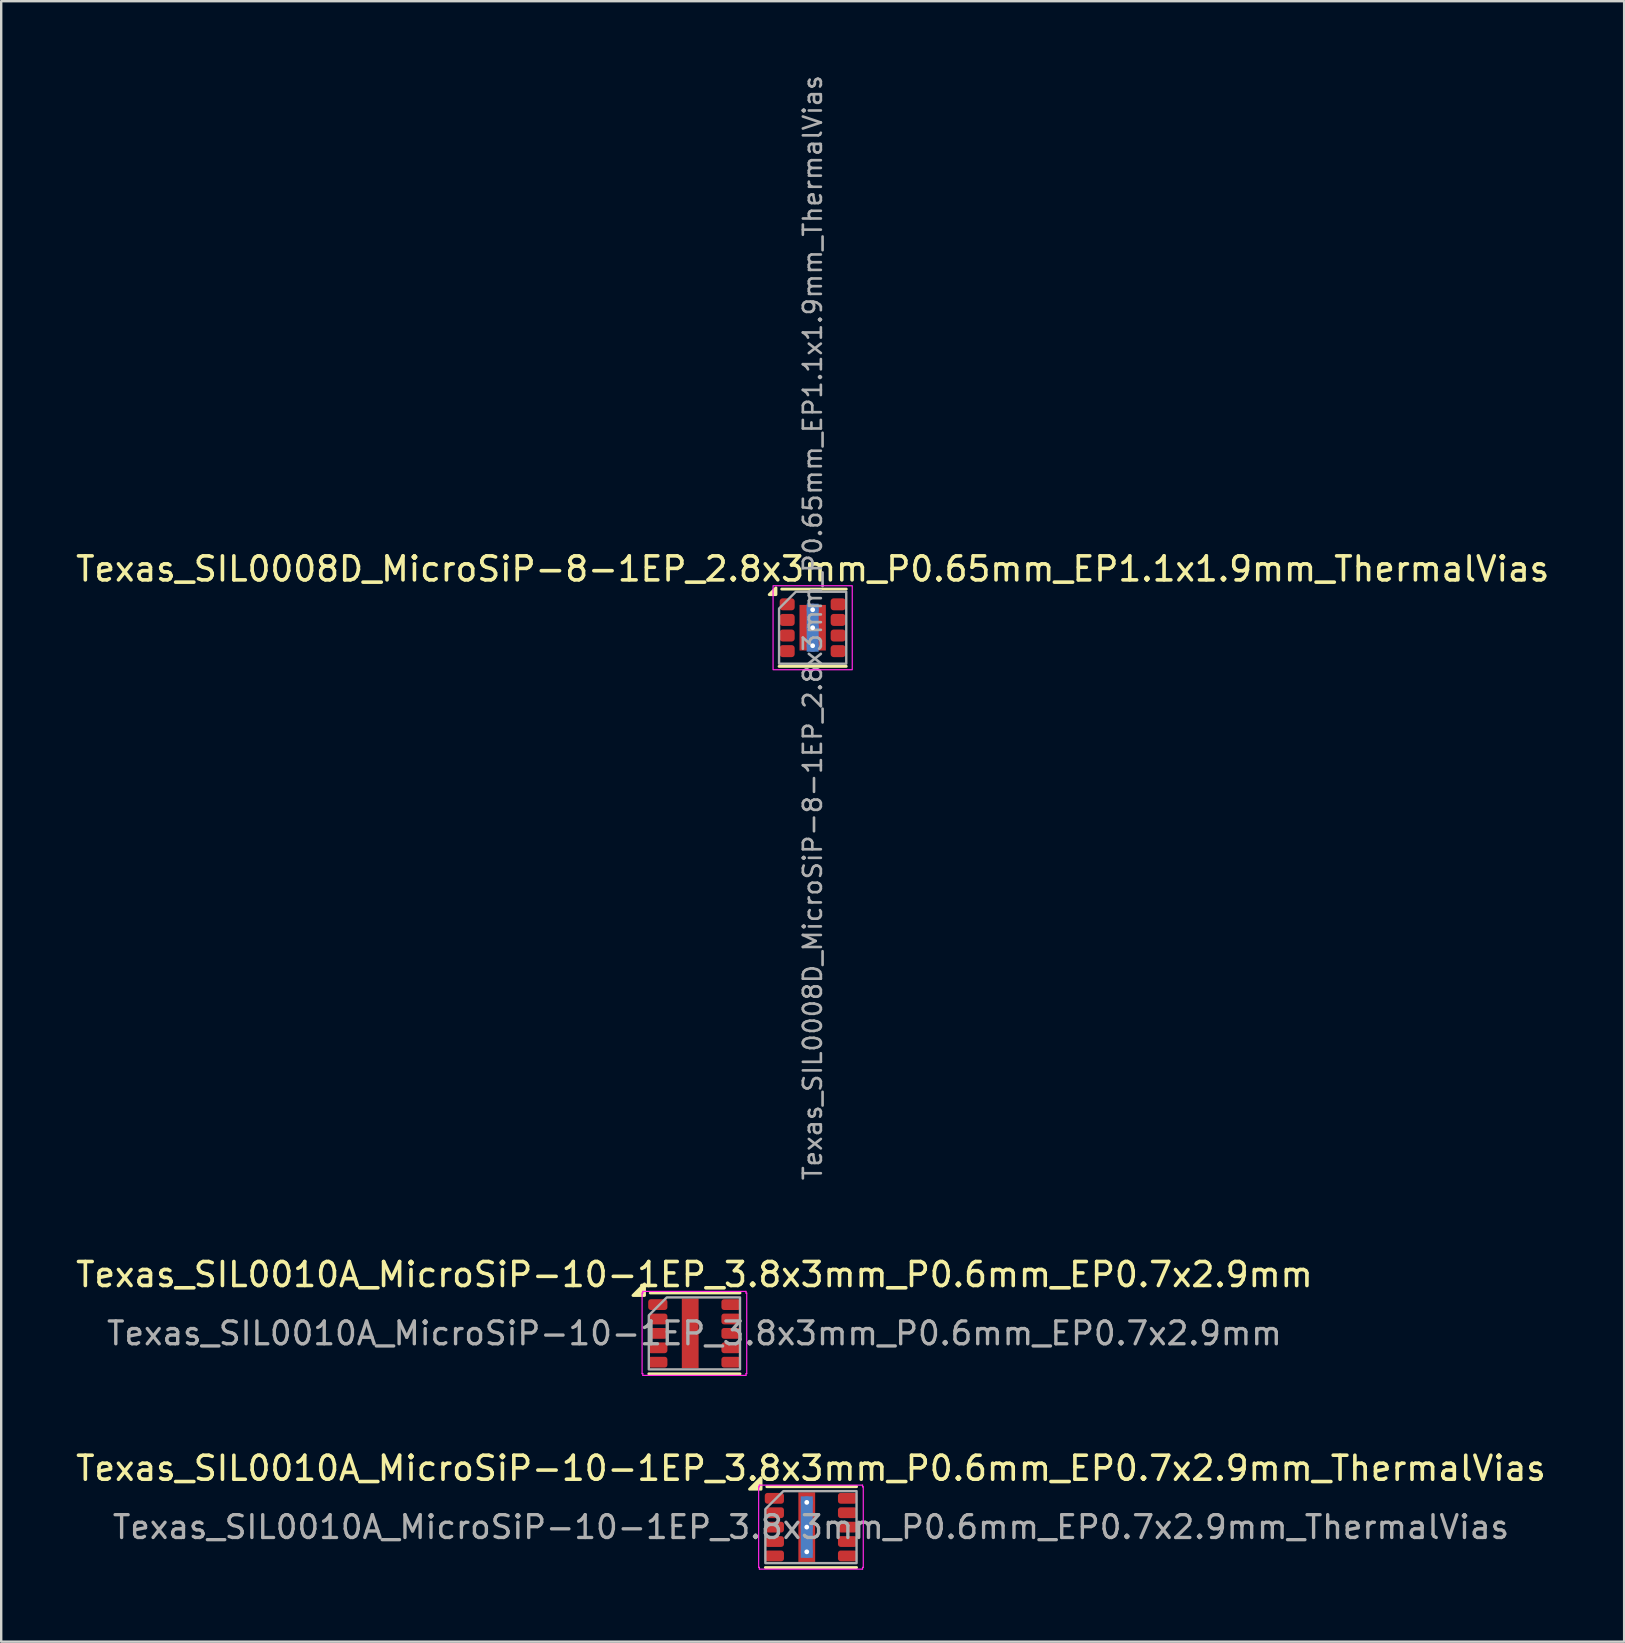
<source format=kicad_pcb>
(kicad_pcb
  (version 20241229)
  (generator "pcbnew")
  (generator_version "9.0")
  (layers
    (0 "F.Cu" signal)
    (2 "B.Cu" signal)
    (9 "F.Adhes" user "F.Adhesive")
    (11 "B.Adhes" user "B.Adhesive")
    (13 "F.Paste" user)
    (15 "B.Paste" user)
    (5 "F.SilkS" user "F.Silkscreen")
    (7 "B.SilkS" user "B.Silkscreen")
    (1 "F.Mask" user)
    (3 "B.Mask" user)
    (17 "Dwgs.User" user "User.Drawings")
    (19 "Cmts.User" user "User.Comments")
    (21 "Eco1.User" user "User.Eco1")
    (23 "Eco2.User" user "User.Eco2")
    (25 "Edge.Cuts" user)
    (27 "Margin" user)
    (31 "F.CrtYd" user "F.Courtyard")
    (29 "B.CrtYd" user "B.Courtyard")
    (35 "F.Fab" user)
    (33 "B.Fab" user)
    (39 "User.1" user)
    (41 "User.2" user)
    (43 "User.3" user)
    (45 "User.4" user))
  (footprint "Texas_SIL0008D_MicroSiP-8-1EP_2.8x3mm_P0.65mm_EP1.1x1.9mm_ThermalVias"
    (layer "F.Cu")
    (at 30.815 23.108)
    (property "Reference" "Texas_SIL0008D_MicroSiP-8-1EP_2.8x3mm_P0.65mm_EP1.1x1.9mm_ThermalVias" (at 0 -2.45 0) (layer "F.SilkS") (effects (font (size 1 1) (thickness 0.15))))
    (attr smd)
    (fp_line (start -1.4 1.61) (end 1.4 1.61) (stroke (width 0.12) (type solid)) (layer "F.SilkS"))
    (fp_line (start -1.29 -1.61) (end 1.4 -1.61) (stroke (width 0.12) (type solid)) (layer "F.SilkS"))
    (fp_poly (pts (xy -1.53 -1.38) (xy -1.81 -1.38) (xy -1.53 -1.66)) (stroke (width 0.12) (type solid)) (fill yes) (layer "F.SilkS"))
    (fp_rect (start 1.65 1.75) (end -1.65 -1.75) (stroke (width 0.05) (type solid)) (fill no) (layer "F.CrtYd"))
    (fp_poly (pts (xy -1.4 -0.8) (xy -1.4 1.5) (xy 1.4 1.5) (xy 1.4 -1.5) (xy -0.7 -1.5)) (stroke (width 0.1) (type solid)) (fill no) (layer "F.Fab"))
    (fp_text user "${REFERENCE}" (at 0 0 90) (layer "F.Fab") (effects (font (size 0.75 0.75) (thickness 0.11))))
    (pad "" smd roundrect (at 0 -0.63) (size 0.95 0.55) (layers "F.Paste") (roundrect_rratio 0.25))
    (pad "" smd roundrect (at 0 0) (size 0.95 0.55) (layers "F.Paste") (roundrect_rratio 0.25))
    (pad "" smd roundrect (at 0 0.63) (size 0.95 0.55) (layers "F.Paste") (roundrect_rratio 0.25))
    (pad "1" smd roundrect (at -1.062 -0.975) (size 0.625 0.5) (layers "F.Cu" "F.Mask" "F.Paste") (roundrect_rratio 0.25))
    (pad "2" smd roundrect (at -1.062 -0.325) (size 0.625 0.5) (layers "F.Cu" "F.Mask" "F.Paste") (roundrect_rratio 0.25))
    (pad "3" smd roundrect (at -1.062 0.325) (size 0.625 0.5) (layers "F.Cu" "F.Mask" "F.Paste") (roundrect_rratio 0.25))
    (pad "4" smd roundrect (at -1.062 0.975) (size 0.625 0.5) (layers "F.Cu" "F.Mask" "F.Paste") (roundrect_rratio 0.25))
    (pad "5" smd roundrect (at 1.062 0.975) (size 0.625 0.5) (layers "F.Cu" "F.Mask" "F.Paste") (roundrect_rratio 0.25))
    (pad "6" smd roundrect (at 1.062 0.325) (size 0.625 0.5) (layers "F.Cu" "F.Mask" "F.Paste") (roundrect_rratio 0.25))
    (pad "7" smd roundrect (at 1.062 -0.325) (size 0.625 0.5) (layers "F.Cu" "F.Mask" "F.Paste") (roundrect_rratio 0.25))
    (pad "8" smd roundrect (at 1.062 -0.975) (size 0.625 0.5) (layers "F.Cu" "F.Mask" "F.Paste") (roundrect_rratio 0.25))
    (pad "9" thru_hole circle (at 0 -0.75) (size 0.5 0.5) (drill 0.2) (property pad_prop_heatsink) (layers "*.Cu"))
    (pad "9" thru_hole circle (at 0 0) (size 0.5 0.5) (drill 0.2) (property pad_prop_heatsink) (layers "*.Cu"))
    (pad "9" smd rect (at 0 0) (size 0.5 2) (property pad_prop_heatsink) (layers "B.Cu"))
    (pad "9" smd rect (at 0 0) (size 1.1 1.9) (property pad_prop_heatsink) (layers "F.Cu" "F.Mask"))
    (pad "9" thru_hole circle (at 0 0.75) (size 0.5 0.5) (drill 0.2) (property pad_prop_heatsink) (layers "*.Cu")))
  (footprint "Texas_SIL0010A_MicroSiP-10-1EP_3.8x3mm_P0.6mm_EP0.7x2.9mm_ThermalVias"
    (layer "F.Cu")
    (at 30.744 60.587)
    (property "Reference" "Texas_SIL0010A_MicroSiP-10-1EP_3.8x3mm_P0.6mm_EP0.7x2.9mm_ThermalVias" (at 0 -2.45 0) (layer "F.SilkS") (effects (font (size 1 1) (thickness 0.15))))
    (attr smd)
    (fp_line (start -1.9 1.685) (end 1.9 1.685) (stroke (width 0.12) (type solid)) (layer "F.SilkS"))
    (fp_line (start -1.84 -1.685) (end 1.9 -1.685) (stroke (width 0.12) (type solid)) (layer "F.SilkS"))
    (fp_poly (pts (xy -2.08 -1.58) (xy -2.56 -1.58) (xy -2.08 -2.06)) (stroke (width 0.12) (type solid)) (fill yes) (layer "F.SilkS"))
    (fp_line (start -2.18 -1.68) (end -2.15 -1.68) (stroke (width 0.05) (type solid)) (layer "F.CrtYd"))
    (fp_line (start -2.18 1.68) (end -2.18 -1.68) (stroke (width 0.05) (type solid)) (layer "F.CrtYd"))
    (fp_line (start -2.15 -1.75) (end 2.15 -1.75) (stroke (width 0.05) (type solid)) (layer "F.CrtYd"))
    (fp_line (start -2.15 -1.68) (end -2.15 -1.75) (stroke (width 0.05) (type solid)) (layer "F.CrtYd"))
    (fp_line (start -2.15 1.68) (end -2.18 1.68) (stroke (width 0.05) (type solid)) (layer "F.CrtYd"))
    (fp_line (start -2.15 1.75) (end -2.15 1.68) (stroke (width 0.05) (type solid)) (layer "F.CrtYd"))
    (fp_line (start 2.15 -1.75) (end 2.15 -1.68) (stroke (width 0.05) (type solid)) (layer "F.CrtYd"))
    (fp_line (start 2.15 -1.68) (end 2.18 -1.68) (stroke (width 0.05) (type solid)) (layer "F.CrtYd"))
    (fp_line (start 2.15 1.68) (end 2.15 1.75) (stroke (width 0.05) (type solid)) (layer "F.CrtYd"))
    (fp_line (start 2.15 1.75) (end -2.15 1.75) (stroke (width 0.05) (type solid)) (layer "F.CrtYd"))
    (fp_line (start 2.18 -1.68) (end 2.18 1.68) (stroke (width 0.05) (type solid)) (layer "F.CrtYd"))
    (fp_line (start 2.18 1.68) (end 2.15 1.68) (stroke (width 0.05) (type solid)) (layer "F.CrtYd"))
    (fp_poly (pts (xy -1.9 -0.75) (xy -1.9 1.5) (xy 1.9 1.5) (xy 1.9 -1.5) (xy -1.15 -1.5)) (stroke (width 0.1) (type solid)) (fill no) (layer "F.Fab"))
    (fp_text user "${REFERENCE}" (at 0 0 0) (layer "F.Fab") (effects (font (size 0.95 0.95) (thickness 0.14))))
    (pad "" smd roundrect (at -0.175 -0.97) (size 0.65 0.9) (layers "F.Paste") (roundrect_rratio 0.25))
    (pad "" smd roundrect (at -0.175 0) (size 0.65 0.9) (layers "F.Paste") (roundrect_rratio 0.25))
    (pad "" smd roundrect (at -0.175 0.97) (size 0.65 0.9) (layers "F.Paste") (roundrect_rratio 0.25))
    (pad "1" smd roundrect (at -1.525 -1.2) (size 0.8 0.45) (layers "F.Cu" "F.Mask" "F.Paste") (roundrect_rratio 0.25))
    (pad "2" smd roundrect (at -1.525 -0.6) (size 0.8 0.45) (layers "F.Cu" "F.Mask" "F.Paste") (roundrect_rratio 0.25))
    (pad "3" smd roundrect (at -1.525 0) (size 0.8 0.45) (layers "F.Cu" "F.Mask" "F.Paste") (roundrect_rratio 0.25))
    (pad "4" smd roundrect (at -1.525 0.6) (size 0.8 0.45) (layers "F.Cu" "F.Mask" "F.Paste") (roundrect_rratio 0.25))
    (pad "5" smd roundrect (at -1.525 1.2) (size 0.8 0.45) (layers "F.Cu" "F.Mask" "F.Paste") (roundrect_rratio 0.25))
    (pad "6" smd roundrect (at 1.525 1.2) (size 0.8 0.45) (layers "F.Cu" "F.Mask" "F.Paste") (roundrect_rratio 0.25))
    (pad "7" smd roundrect (at 1.525 0.6) (size 0.8 0.45) (layers "F.Cu" "F.Mask" "F.Paste") (roundrect_rratio 0.25))
    (pad "8" smd roundrect (at 1.525 0) (size 0.8 0.45) (layers "F.Cu" "F.Mask" "F.Paste") (roundrect_rratio 0.25))
    (pad "9" smd roundrect (at 1.525 -0.6) (size 0.8 0.45) (layers "F.Cu" "F.Mask" "F.Paste") (roundrect_rratio 0.25))
    (pad "10" smd roundrect (at 1.525 -1.2) (size 0.8 0.45) (layers "F.Cu" "F.Mask" "F.Paste") (roundrect_rratio 0.25))
    (pad "11" thru_hole circle (at -0.175 -1.03) (size 0.5 0.5) (drill 0.2) (property pad_prop_heatsink) (layers "*.Cu"))
    (pad "11" thru_hole circle (at -0.175 0) (size 0.5 0.5) (drill 0.2) (property pad_prop_heatsink) (layers "*.Cu"))
    (pad "11" smd rect (at -0.175 0) (size 0.5 2.56) (property pad_prop_heatsink) (layers "B.Cu"))
    (pad "11" smd rect (at -0.175 0) (size 0.7 2.9) (property pad_prop_heatsink) (layers "F.Cu" "F.Mask"))
    (pad "11" thru_hole circle (at -0.175 1.03) (size 0.5 0.5) (drill 0.2) (property pad_prop_heatsink) (layers "*.Cu")))
  (footprint "Texas_SIL0010A_MicroSiP-10-1EP_3.8x3mm_P0.6mm_EP0.7x2.9mm"
    (layer "F.Cu")
    (at 25.887 52.514)
    (property "Reference" "Texas_SIL0010A_MicroSiP-10-1EP_3.8x3mm_P0.6mm_EP0.7x2.9mm" (at 0 -2.45 0) (layer "F.SilkS") (effects (font (size 1 1) (thickness 0.15))))
    (attr smd)
    (fp_line (start -1.9 1.685) (end 1.9 1.685) (stroke (width 0.12) (type solid)) (layer "F.SilkS"))
    (fp_line (start -1.84 -1.685) (end 1.9 -1.685) (stroke (width 0.12) (type solid)) (layer "F.SilkS"))
    (fp_poly (pts (xy -2.08 -1.58) (xy -2.56 -1.58) (xy -2.08 -2.06)) (stroke (width 0.12) (type solid)) (fill yes) (layer "F.SilkS"))
    (fp_line (start -2.18 -1.68) (end -2.15 -1.68) (stroke (width 0.05) (type solid)) (layer "F.CrtYd"))
    (fp_line (start -2.18 1.68) (end -2.18 -1.68) (stroke (width 0.05) (type solid)) (layer "F.CrtYd"))
    (fp_line (start -2.15 -1.75) (end 2.15 -1.75) (stroke (width 0.05) (type solid)) (layer "F.CrtYd"))
    (fp_line (start -2.15 -1.68) (end -2.15 -1.75) (stroke (width 0.05) (type solid)) (layer "F.CrtYd"))
    (fp_line (start -2.15 1.68) (end -2.18 1.68) (stroke (width 0.05) (type solid)) (layer "F.CrtYd"))
    (fp_line (start -2.15 1.75) (end -2.15 1.68) (stroke (width 0.05) (type solid)) (layer "F.CrtYd"))
    (fp_line (start 2.15 -1.75) (end 2.15 -1.68) (stroke (width 0.05) (type solid)) (layer "F.CrtYd"))
    (fp_line (start 2.15 -1.68) (end 2.18 -1.68) (stroke (width 0.05) (type solid)) (layer "F.CrtYd"))
    (fp_line (start 2.15 1.68) (end 2.15 1.75) (stroke (width 0.05) (type solid)) (layer "F.CrtYd"))
    (fp_line (start 2.15 1.75) (end -2.15 1.75) (stroke (width 0.05) (type solid)) (layer "F.CrtYd"))
    (fp_line (start 2.18 -1.68) (end 2.18 1.68) (stroke (width 0.05) (type solid)) (layer "F.CrtYd"))
    (fp_line (start 2.18 1.68) (end 2.15 1.68) (stroke (width 0.05) (type solid)) (layer "F.CrtYd"))
    (fp_poly (pts (xy -1.9 -0.75) (xy -1.9 1.5) (xy 1.9 1.5) (xy 1.9 -1.5) (xy -1.15 -1.5)) (stroke (width 0.1) (type solid)) (fill no) (layer "F.Fab"))
    (fp_text user "${REFERENCE}" (at 0 0 0) (layer "F.Fab") (effects (font (size 0.95 0.95) (thickness 0.14))))
    (pad "" smd roundrect (at -0.175 -0.97) (size 0.56 0.78) (layers "F.Paste") (roundrect_rratio 0.25))
    (pad "" smd roundrect (at -0.175 0) (size 0.56 0.78) (layers "F.Paste") (roundrect_rratio 0.25))
    (pad "" smd roundrect (at -0.175 0.97) (size 0.56 0.78) (layers "F.Paste") (roundrect_rratio 0.25))
    (pad "1" smd roundrect (at -1.525 -1.2) (size 0.8 0.45) (layers "F.Cu" "F.Mask" "F.Paste") (roundrect_rratio 0.25))
    (pad "2" smd roundrect (at -1.525 -0.6) (size 0.8 0.45) (layers "F.Cu" "F.Mask" "F.Paste") (roundrect_rratio 0.25))
    (pad "3" smd roundrect (at -1.525 0) (size 0.8 0.45) (layers "F.Cu" "F.Mask" "F.Paste") (roundrect_rratio 0.25))
    (pad "4" smd roundrect (at -1.525 0.6) (size 0.8 0.45) (layers "F.Cu" "F.Mask" "F.Paste") (roundrect_rratio 0.25))
    (pad "5" smd roundrect (at -1.525 1.2) (size 0.8 0.45) (layers "F.Cu" "F.Mask" "F.Paste") (roundrect_rratio 0.25))
    (pad "6" smd roundrect (at 1.525 1.2) (size 0.8 0.45) (layers "F.Cu" "F.Mask" "F.Paste") (roundrect_rratio 0.25))
    (pad "7" smd roundrect (at 1.525 0.6) (size 0.8 0.45) (layers "F.Cu" "F.Mask" "F.Paste") (roundrect_rratio 0.25))
    (pad "8" smd roundrect (at 1.525 0) (size 0.8 0.45) (layers "F.Cu" "F.Mask" "F.Paste") (roundrect_rratio 0.25))
    (pad "9" smd roundrect (at 1.525 -0.6) (size 0.8 0.45) (layers "F.Cu" "F.Mask" "F.Paste") (roundrect_rratio 0.25))
    (pad "10" smd roundrect (at 1.525 -1.2) (size 0.8 0.45) (layers "F.Cu" "F.Mask" "F.Paste") (roundrect_rratio 0.25))
    (pad "11" smd rect (at -0.175 0) (size 0.7 2.9) (property pad_prop_heatsink) (layers "F.Cu" "F.Mask")))
  (gr_rect
    (start -3 -3)
    (end 64.631 65.362)
    (stroke (width 0.1) (type default))
    (fill no)
    (layer "Edge.Cuts")))
</source>
